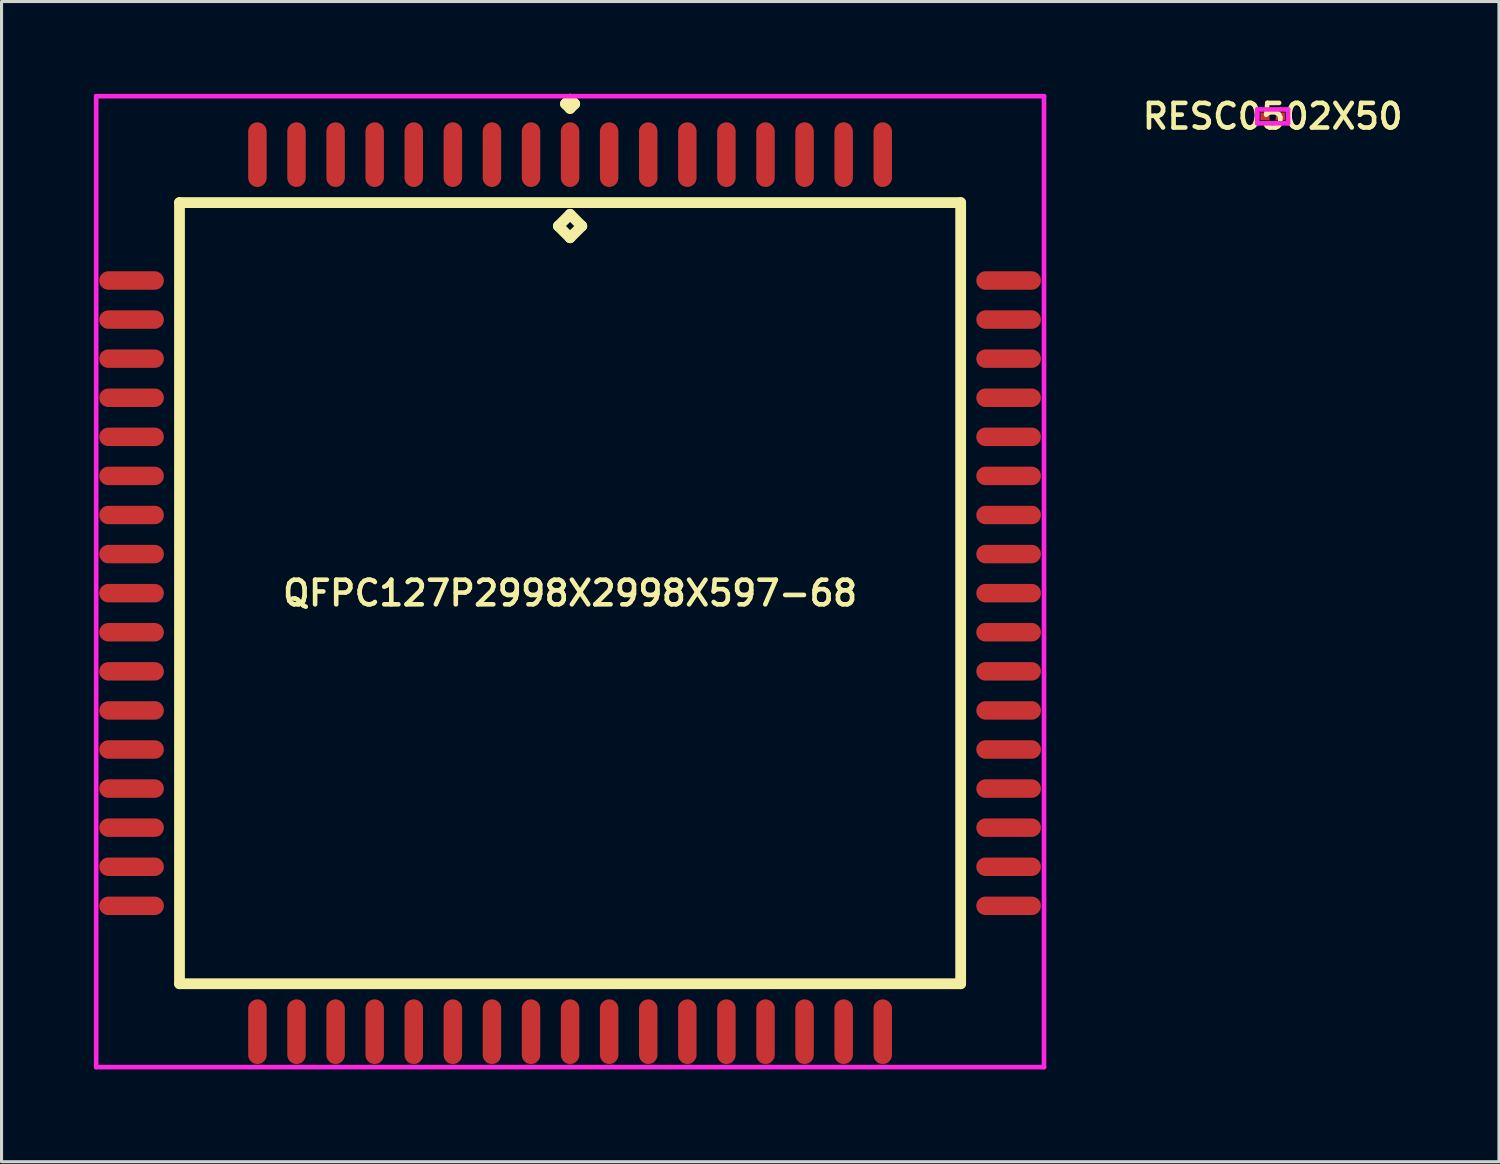
<source format=kicad_pcb>
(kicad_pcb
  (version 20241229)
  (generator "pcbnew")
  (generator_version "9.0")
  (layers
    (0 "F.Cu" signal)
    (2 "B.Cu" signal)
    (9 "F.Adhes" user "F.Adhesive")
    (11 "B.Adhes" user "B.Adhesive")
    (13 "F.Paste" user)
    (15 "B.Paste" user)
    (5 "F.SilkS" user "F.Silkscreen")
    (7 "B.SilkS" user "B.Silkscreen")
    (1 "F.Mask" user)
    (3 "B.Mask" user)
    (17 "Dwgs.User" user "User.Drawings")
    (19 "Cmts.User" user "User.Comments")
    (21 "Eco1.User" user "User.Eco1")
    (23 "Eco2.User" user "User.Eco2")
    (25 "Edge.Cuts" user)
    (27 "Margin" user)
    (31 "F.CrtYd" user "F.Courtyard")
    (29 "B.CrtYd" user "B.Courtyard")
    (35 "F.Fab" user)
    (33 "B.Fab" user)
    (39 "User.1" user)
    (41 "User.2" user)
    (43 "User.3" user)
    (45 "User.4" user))
  (footprint "RESC0502X50"
    (layer "F.Cu")
    (at 38.305 0.731)
    (property "Reference" "RESC0502X50" (at 0 0 0) (layer "F.SilkS") (effects (font (size 0.8 0.8) (thickness 0.15))))
    (attr smd)
    (fp_line (start -0.5 -0.225) (end 0.5 -0.225) (stroke (width 0.15) (type solid)) (layer "F.CrtYd"))
    (fp_line (start -0.5 0.225) (end -0.5 -0.225) (stroke (width 0.15) (type solid)) (layer "F.CrtYd"))
    (fp_line (start 0.5 -0.225) (end 0.5 0.225) (stroke (width 0.15) (type solid)) (layer "F.CrtYd"))
    (fp_line (start 0.5 0.225) (end -0.5 0.225) (stroke (width 0.15) (type solid)) (layer "F.CrtYd"))
    (pad "1" smd rect (at -0.25 0) (size 0.3 0.25) (layers "F.Cu" "F.Mask" "F.Paste"))
    (pad "2" smd rect (at 0.25 0) (size 0.3 0.25) (layers "F.Cu" "F.Mask" "F.Paste")))
  (footprint "QFPC127P2998X2998X597-68"
    (layer "F.Cu")
    (at 15.475 16.225)
    (property "Reference" "QFPC127P2998X2998X597-68" (at 0 0 0) (layer "F.SilkS") (effects (font (size 0.8 0.8) (thickness 0.15))))
    (attr smd)
    (fp_line (start -12.692 -12.692) (end -12.692 12.692) (stroke (width 0.35) (type solid)) (layer "F.SilkS"))
    (fp_line (start -12.692 12.692) (end 12.692 12.692) (stroke (width 0.35) (type solid)) (layer "F.SilkS"))
    (fp_line (start -0.381 -11.93) (end 0 -12.311) (stroke (width 0.35) (type solid)) (layer "F.SilkS"))
    (fp_line (start -0.15 -15.9) (end 0 -16.05) (stroke (width 0.35) (type solid)) (layer "F.SilkS"))
    (fp_line (start 0 -16.05) (end 0.15 -15.9) (stroke (width 0.35) (type solid)) (layer "F.SilkS"))
    (fp_line (start 0 -15.75) (end -0.15 -15.9) (stroke (width 0.35) (type solid)) (layer "F.SilkS"))
    (fp_line (start 0 -12.311) (end 0.381 -11.93) (stroke (width 0.35) (type solid)) (layer "F.SilkS"))
    (fp_line (start 0 -11.549) (end -0.381 -11.93) (stroke (width 0.35) (type solid)) (layer "F.SilkS"))
    (fp_line (start 0.15 -15.9) (end 0 -15.75) (stroke (width 0.35) (type solid)) (layer "F.SilkS"))
    (fp_line (start 0.381 -11.93) (end 0 -11.549) (stroke (width 0.35) (type solid)) (layer "F.SilkS"))
    (fp_line (start 12.692 -12.692) (end -12.692 -12.692) (stroke (width 0.35) (type solid)) (layer "F.SilkS"))
    (fp_line (start 12.692 12.692) (end 12.692 -12.692) (stroke (width 0.35) (type solid)) (layer "F.SilkS"))
    (fp_line (start -15.4 -16.15) (end 15.4 -16.15) (stroke (width 0.15) (type solid)) (layer "F.CrtYd"))
    (fp_line (start -15.4 15.4) (end -15.4 -16.15) (stroke (width 0.15) (type solid)) (layer "F.CrtYd"))
    (fp_line (start 15.4 -16.15) (end 15.4 15.4) (stroke (width 0.15) (type solid)) (layer "F.CrtYd"))
    (fp_line (start 15.4 15.4) (end -15.4 15.4) (stroke (width 0.15) (type solid)) (layer "F.CrtYd"))
    (pad "1" smd oval (at 0 -14.25) (size 0.6 2.1) (layers "F.Cu" "F.Mask" "F.Paste"))
    (pad "2" smd oval (at -1.27 -14.25) (size 0.6 2.1) (layers "F.Cu" "F.Mask" "F.Paste"))
    (pad "3" smd oval (at -2.54 -14.25) (size 0.6 2.1) (layers "F.Cu" "F.Mask" "F.Paste"))
    (pad "4" smd oval (at -3.81 -14.25) (size 0.6 2.1) (layers "F.Cu" "F.Mask" "F.Paste"))
    (pad "5" smd oval (at -5.08 -14.25) (size 0.6 2.1) (layers "F.Cu" "F.Mask" "F.Paste"))
    (pad "6" smd oval (at -6.35 -14.25) (size 0.6 2.1) (layers "F.Cu" "F.Mask" "F.Paste"))
    (pad "7" smd oval (at -7.62 -14.25) (size 0.6 2.1) (layers "F.Cu" "F.Mask" "F.Paste"))
    (pad "8" smd oval (at -8.89 -14.25) (size 0.6 2.1) (layers "F.Cu" "F.Mask" "F.Paste"))
    (pad "9" smd oval (at -10.16 -14.25) (size 0.6 2.1) (layers "F.Cu" "F.Mask" "F.Paste"))
    (pad "10" smd oval (at -14.25 -10.16) (size 2.1 0.6) (layers "F.Cu" "F.Mask" "F.Paste"))
    (pad "11" smd oval (at -14.25 -8.89) (size 2.1 0.6) (layers "F.Cu" "F.Mask" "F.Paste"))
    (pad "12" smd oval (at -14.25 -7.62) (size 2.1 0.6) (layers "F.Cu" "F.Mask" "F.Paste"))
    (pad "13" smd oval (at -14.25 -6.35) (size 2.1 0.6) (layers "F.Cu" "F.Mask" "F.Paste"))
    (pad "14" smd oval (at -14.25 -5.08) (size 2.1 0.6) (layers "F.Cu" "F.Mask" "F.Paste"))
    (pad "15" smd oval (at -14.25 -3.81) (size 2.1 0.6) (layers "F.Cu" "F.Mask" "F.Paste"))
    (pad "16" smd oval (at -14.25 -2.54) (size 2.1 0.6) (layers "F.Cu" "F.Mask" "F.Paste"))
    (pad "17" smd oval (at -14.25 -1.27) (size 2.1 0.6) (layers "F.Cu" "F.Mask" "F.Paste"))
    (pad "18" smd oval (at -14.25 0) (size 2.1 0.6) (layers "F.Cu" "F.Mask" "F.Paste"))
    (pad "19" smd oval (at -14.25 1.27) (size 2.1 0.6) (layers "F.Cu" "F.Mask" "F.Paste"))
    (pad "20" smd oval (at -14.25 2.54) (size 2.1 0.6) (layers "F.Cu" "F.Mask" "F.Paste"))
    (pad "21" smd oval (at -14.25 3.81) (size 2.1 0.6) (layers "F.Cu" "F.Mask" "F.Paste"))
    (pad "22" smd oval (at -14.25 5.08) (size 2.1 0.6) (layers "F.Cu" "F.Mask" "F.Paste"))
    (pad "23" smd oval (at -14.25 6.35) (size 2.1 0.6) (layers "F.Cu" "F.Mask" "F.Paste"))
    (pad "24" smd oval (at -14.25 7.62) (size 2.1 0.6) (layers "F.Cu" "F.Mask" "F.Paste"))
    (pad "25" smd oval (at -14.25 8.89) (size 2.1 0.6) (layers "F.Cu" "F.Mask" "F.Paste"))
    (pad "26" smd oval (at -14.25 10.16) (size 2.1 0.6) (layers "F.Cu" "F.Mask" "F.Paste"))
    (pad "27" smd oval (at -10.16 14.25) (size 0.6 2.1) (layers "F.Cu" "F.Mask" "F.Paste"))
    (pad "28" smd oval (at -8.89 14.25) (size 0.6 2.1) (layers "F.Cu" "F.Mask" "F.Paste"))
    (pad "29" smd oval (at -7.62 14.25) (size 0.6 2.1) (layers "F.Cu" "F.Mask" "F.Paste"))
    (pad "30" smd oval (at -6.35 14.25) (size 0.6 2.1) (layers "F.Cu" "F.Mask" "F.Paste"))
    (pad "31" smd oval (at -5.08 14.25) (size 0.6 2.1) (layers "F.Cu" "F.Mask" "F.Paste"))
    (pad "32" smd oval (at -3.81 14.25) (size 0.6 2.1) (layers "F.Cu" "F.Mask" "F.Paste"))
    (pad "33" smd oval (at -2.54 14.25) (size 0.6 2.1) (layers "F.Cu" "F.Mask" "F.Paste"))
    (pad "34" smd oval (at -1.27 14.25) (size 0.6 2.1) (layers "F.Cu" "F.Mask" "F.Paste"))
    (pad "35" smd oval (at 0 14.25) (size 0.6 2.1) (layers "F.Cu" "F.Mask" "F.Paste"))
    (pad "36" smd oval (at 1.27 14.25) (size 0.6 2.1) (layers "F.Cu" "F.Mask" "F.Paste"))
    (pad "37" smd oval (at 2.54 14.25) (size 0.6 2.1) (layers "F.Cu" "F.Mask" "F.Paste"))
    (pad "38" smd oval (at 3.81 14.25) (size 0.6 2.1) (layers "F.Cu" "F.Mask" "F.Paste"))
    (pad "39" smd oval (at 5.08 14.25) (size 0.6 2.1) (layers "F.Cu" "F.Mask" "F.Paste"))
    (pad "40" smd oval (at 6.35 14.25) (size 0.6 2.1) (layers "F.Cu" "F.Mask" "F.Paste"))
    (pad "41" smd oval (at 7.62 14.25) (size 0.6 2.1) (layers "F.Cu" "F.Mask" "F.Paste"))
    (pad "42" smd oval (at 8.89 14.25) (size 0.6 2.1) (layers "F.Cu" "F.Mask" "F.Paste"))
    (pad "43" smd oval (at 10.16 14.25) (size 0.6 2.1) (layers "F.Cu" "F.Mask" "F.Paste"))
    (pad "44" smd oval (at 14.25 10.16) (size 2.1 0.6) (layers "F.Cu" "F.Mask" "F.Paste"))
    (pad "45" smd oval (at 14.25 8.89) (size 2.1 0.6) (layers "F.Cu" "F.Mask" "F.Paste"))
    (pad "46" smd oval (at 14.25 7.62) (size 2.1 0.6) (layers "F.Cu" "F.Mask" "F.Paste"))
    (pad "47" smd oval (at 14.25 6.35) (size 2.1 0.6) (layers "F.Cu" "F.Mask" "F.Paste"))
    (pad "48" smd oval (at 14.25 5.08) (size 2.1 0.6) (layers "F.Cu" "F.Mask" "F.Paste"))
    (pad "49" smd oval (at 14.25 3.81) (size 2.1 0.6) (layers "F.Cu" "F.Mask" "F.Paste"))
    (pad "50" smd oval (at 14.25 2.54) (size 2.1 0.6) (layers "F.Cu" "F.Mask" "F.Paste"))
    (pad "51" smd oval (at 14.25 1.27) (size 2.1 0.6) (layers "F.Cu" "F.Mask" "F.Paste"))
    (pad "52" smd oval (at 14.25 0) (size 2.1 0.6) (layers "F.Cu" "F.Mask" "F.Paste"))
    (pad "53" smd oval (at 14.25 -1.27) (size 2.1 0.6) (layers "F.Cu" "F.Mask" "F.Paste"))
    (pad "54" smd oval (at 14.25 -2.54) (size 2.1 0.6) (layers "F.Cu" "F.Mask" "F.Paste"))
    (pad "55" smd oval (at 14.25 -3.81) (size 2.1 0.6) (layers "F.Cu" "F.Mask" "F.Paste"))
    (pad "56" smd oval (at 14.25 -5.08) (size 2.1 0.6) (layers "F.Cu" "F.Mask" "F.Paste"))
    (pad "57" smd oval (at 14.25 -6.35) (size 2.1 0.6) (layers "F.Cu" "F.Mask" "F.Paste"))
    (pad "58" smd oval (at 14.25 -7.62) (size 2.1 0.6) (layers "F.Cu" "F.Mask" "F.Paste"))
    (pad "59" smd oval (at 14.25 -8.89) (size 2.1 0.6) (layers "F.Cu" "F.Mask" "F.Paste"))
    (pad "60" smd oval (at 14.25 -10.16) (size 2.1 0.6) (layers "F.Cu" "F.Mask" "F.Paste"))
    (pad "61" smd oval (at 10.16 -14.25) (size 0.6 2.1) (layers "F.Cu" "F.Mask" "F.Paste"))
    (pad "62" smd oval (at 8.89 -14.25) (size 0.6 2.1) (layers "F.Cu" "F.Mask" "F.Paste"))
    (pad "63" smd oval (at 7.62 -14.25) (size 0.6 2.1) (layers "F.Cu" "F.Mask" "F.Paste"))
    (pad "64" smd oval (at 6.35 -14.25) (size 0.6 2.1) (layers "F.Cu" "F.Mask" "F.Paste"))
    (pad "65" smd oval (at 5.08 -14.25) (size 0.6 2.1) (layers "F.Cu" "F.Mask" "F.Paste"))
    (pad "66" smd oval (at 3.81 -14.25) (size 0.6 2.1) (layers "F.Cu" "F.Mask" "F.Paste"))
    (pad "67" smd oval (at 2.54 -14.25) (size 0.6 2.1) (layers "F.Cu" "F.Mask" "F.Paste"))
    (pad "68" smd oval (at 1.27 -14.25) (size 0.6 2.1) (layers "F.Cu" "F.Mask" "F.Paste")))
  (gr_rect
    (start -3 -3)
    (end 45.659 34.7)
    (stroke (width 0.1) (type default))
    (fill no)
    (layer "Edge.Cuts")))
</source>
